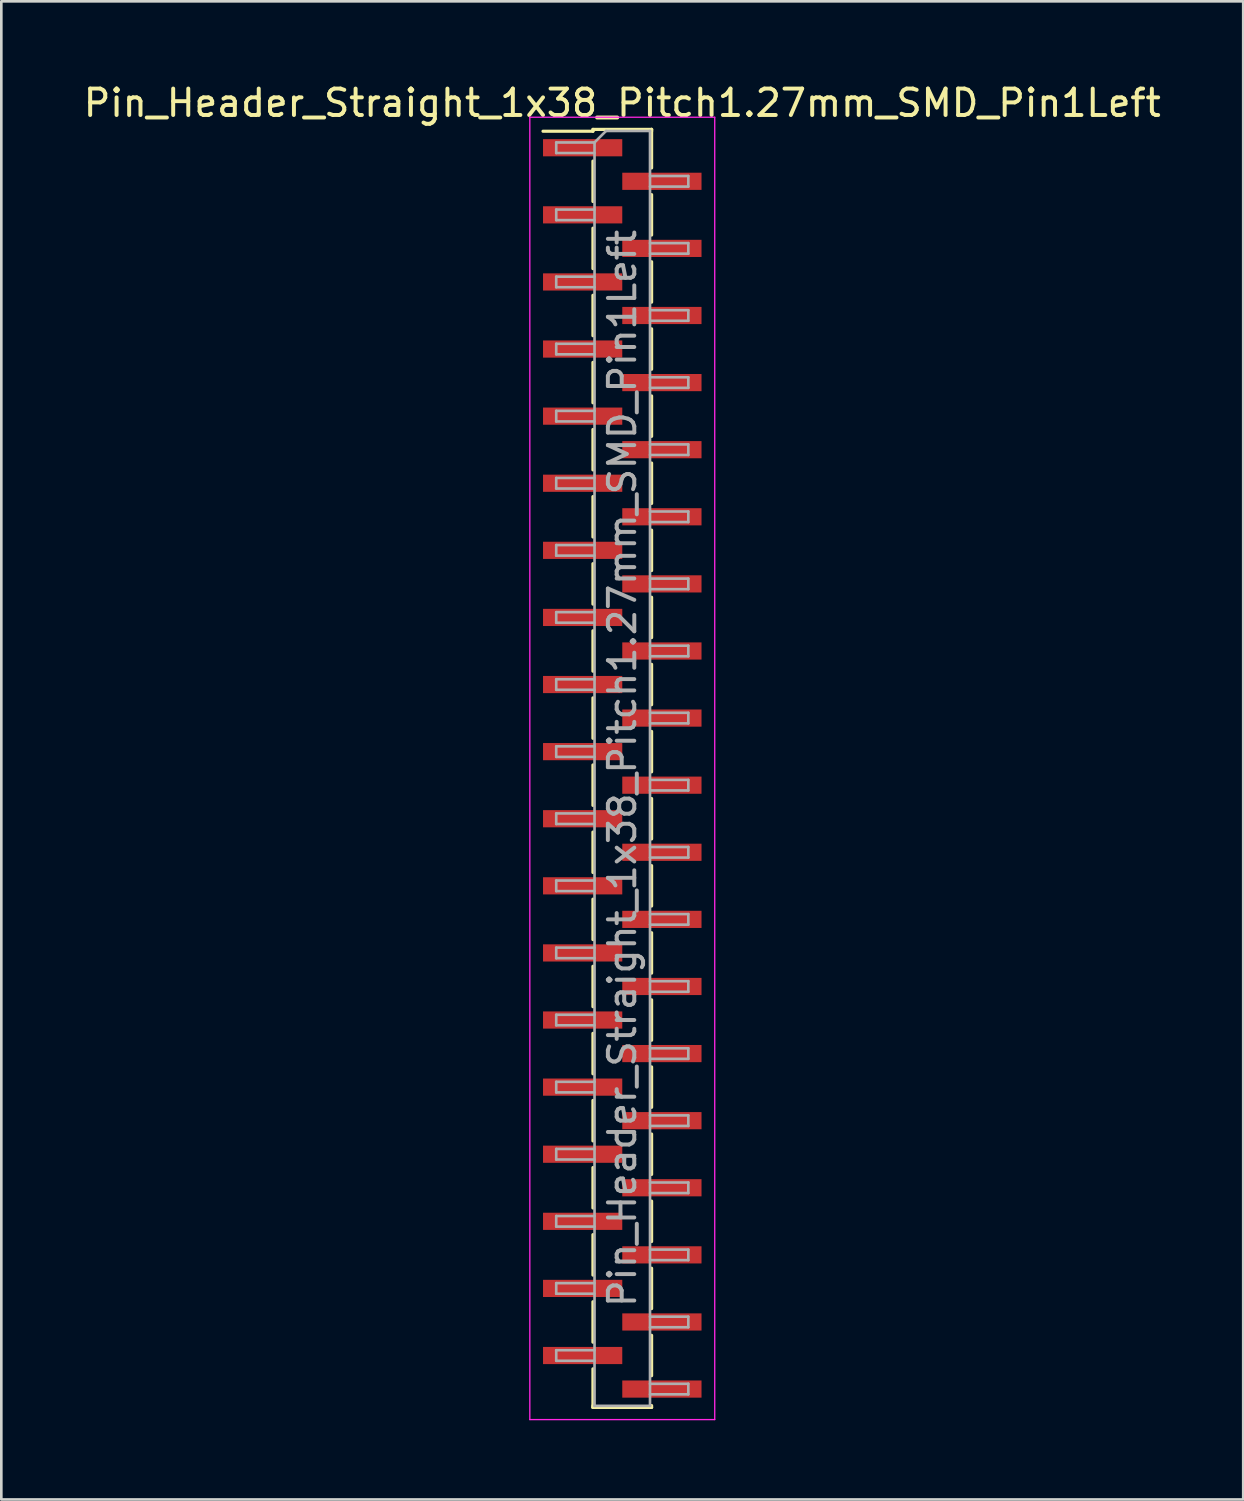
<source format=kicad_pcb>
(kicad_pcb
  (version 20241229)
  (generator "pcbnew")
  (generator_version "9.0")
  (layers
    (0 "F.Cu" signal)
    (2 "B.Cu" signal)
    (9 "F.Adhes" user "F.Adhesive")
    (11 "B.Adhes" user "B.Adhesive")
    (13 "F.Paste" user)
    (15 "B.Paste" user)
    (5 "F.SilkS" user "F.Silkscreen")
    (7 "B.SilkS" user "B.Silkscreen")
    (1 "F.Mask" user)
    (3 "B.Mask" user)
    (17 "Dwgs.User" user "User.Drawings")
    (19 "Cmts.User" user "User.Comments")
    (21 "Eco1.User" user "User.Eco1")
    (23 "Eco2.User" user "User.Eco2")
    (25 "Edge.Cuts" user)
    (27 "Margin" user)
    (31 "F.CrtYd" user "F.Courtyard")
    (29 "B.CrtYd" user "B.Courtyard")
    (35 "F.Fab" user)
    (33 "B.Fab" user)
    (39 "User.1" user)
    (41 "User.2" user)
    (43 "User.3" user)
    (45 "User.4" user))
  (footprint "Pin_Header_Straight_1x38_Pitch1.27mm_SMD_Pin1Left"
    (layer "F.Cu")
    (at 20.506 26.038)
    (property "Reference" "Pin_Header_Straight_1x38_Pitch1.27mm_SMD_Pin1Left" (at 0 -25.19 0) (layer "F.SilkS") (effects (font (size 1 1) (thickness 0.15))))
    (attr smd)
    (fp_line (start -1.11 -24.19) (end 1.11 -24.19) (stroke (width 0.12) (type solid)) (layer "F.SilkS"))
    (fp_line (start -1.11 -24.12) (end -3 -24.12) (stroke (width 0.12) (type solid)) (layer "F.SilkS"))
    (fp_line (start -1.11 -24.12) (end -1.11 -24.19) (stroke (width 0.12) (type solid)) (layer "F.SilkS"))
    (fp_line (start -1.11 -22.99) (end -1.11 -21.46) (stroke (width 0.12) (type solid)) (layer "F.SilkS"))
    (fp_line (start -1.11 -20.45) (end -1.11 -18.92) (stroke (width 0.12) (type solid)) (layer "F.SilkS"))
    (fp_line (start -1.11 -17.91) (end -1.11 -16.38) (stroke (width 0.12) (type solid)) (layer "F.SilkS"))
    (fp_line (start -1.11 -15.37) (end -1.11 -13.84) (stroke (width 0.12) (type solid)) (layer "F.SilkS"))
    (fp_line (start -1.11 -12.83) (end -1.11 -11.3) (stroke (width 0.12) (type solid)) (layer "F.SilkS"))
    (fp_line (start -1.11 -10.29) (end -1.11 -8.76) (stroke (width 0.12) (type solid)) (layer "F.SilkS"))
    (fp_line (start -1.11 -7.75) (end -1.11 -6.22) (stroke (width 0.12) (type solid)) (layer "F.SilkS"))
    (fp_line (start -1.11 -5.21) (end -1.11 -3.68) (stroke (width 0.12) (type solid)) (layer "F.SilkS"))
    (fp_line (start -1.11 -2.67) (end -1.11 -1.14) (stroke (width 0.12) (type solid)) (layer "F.SilkS"))
    (fp_line (start -1.11 -0.13) (end -1.11 1.4) (stroke (width 0.12) (type solid)) (layer "F.SilkS"))
    (fp_line (start -1.11 2.41) (end -1.11 3.94) (stroke (width 0.12) (type solid)) (layer "F.SilkS"))
    (fp_line (start -1.11 4.95) (end -1.11 6.48) (stroke (width 0.12) (type solid)) (layer "F.SilkS"))
    (fp_line (start -1.11 7.49) (end -1.11 9.02) (stroke (width 0.12) (type solid)) (layer "F.SilkS"))
    (fp_line (start -1.11 10.03) (end -1.11 11.56) (stroke (width 0.12) (type solid)) (layer "F.SilkS"))
    (fp_line (start -1.11 12.57) (end -1.11 14.1) (stroke (width 0.12) (type solid)) (layer "F.SilkS"))
    (fp_line (start -1.11 15.11) (end -1.11 16.64) (stroke (width 0.12) (type solid)) (layer "F.SilkS"))
    (fp_line (start -1.11 17.65) (end -1.11 19.18) (stroke (width 0.12) (type solid)) (layer "F.SilkS"))
    (fp_line (start -1.11 20.19) (end -1.11 21.72) (stroke (width 0.12) (type solid)) (layer "F.SilkS"))
    (fp_line (start -1.11 22.73) (end -1.11 24.19) (stroke (width 0.12) (type solid)) (layer "F.SilkS"))
    (fp_line (start -1.11 24.12) (end -1.11 24.19) (stroke (width 0.12) (type solid)) (layer "F.SilkS"))
    (fp_line (start -1.11 24.19) (end 1.11 24.19) (stroke (width 0.12) (type solid)) (layer "F.SilkS"))
    (fp_line (start 1.11 -24.19) (end 1.11 -24.12) (stroke (width 0.12) (type solid)) (layer "F.SilkS"))
    (fp_line (start 1.11 -24.19) (end 1.11 -22.73) (stroke (width 0.12) (type solid)) (layer "F.SilkS"))
    (fp_line (start 1.11 -21.72) (end 1.11 -20.19) (stroke (width 0.12) (type solid)) (layer "F.SilkS"))
    (fp_line (start 1.11 -19.18) (end 1.11 -17.65) (stroke (width 0.12) (type solid)) (layer "F.SilkS"))
    (fp_line (start 1.11 -16.64) (end 1.11 -15.11) (stroke (width 0.12) (type solid)) (layer "F.SilkS"))
    (fp_line (start 1.11 -14.1) (end 1.11 -12.57) (stroke (width 0.12) (type solid)) (layer "F.SilkS"))
    (fp_line (start 1.11 -11.56) (end 1.11 -10.03) (stroke (width 0.12) (type solid)) (layer "F.SilkS"))
    (fp_line (start 1.11 -9.02) (end 1.11 -7.49) (stroke (width 0.12) (type solid)) (layer "F.SilkS"))
    (fp_line (start 1.11 -6.48) (end 1.11 -4.95) (stroke (width 0.12) (type solid)) (layer "F.SilkS"))
    (fp_line (start 1.11 -3.94) (end 1.11 -2.41) (stroke (width 0.12) (type solid)) (layer "F.SilkS"))
    (fp_line (start 1.11 -1.4) (end 1.11 0.13) (stroke (width 0.12) (type solid)) (layer "F.SilkS"))
    (fp_line (start 1.11 1.14) (end 1.11 2.67) (stroke (width 0.12) (type solid)) (layer "F.SilkS"))
    (fp_line (start 1.11 3.68) (end 1.11 5.21) (stroke (width 0.12) (type solid)) (layer "F.SilkS"))
    (fp_line (start 1.11 6.22) (end 1.11 7.75) (stroke (width 0.12) (type solid)) (layer "F.SilkS"))
    (fp_line (start 1.11 8.76) (end 1.11 10.29) (stroke (width 0.12) (type solid)) (layer "F.SilkS"))
    (fp_line (start 1.11 11.3) (end 1.11 12.83) (stroke (width 0.12) (type solid)) (layer "F.SilkS"))
    (fp_line (start 1.11 13.84) (end 1.11 15.37) (stroke (width 0.12) (type solid)) (layer "F.SilkS"))
    (fp_line (start 1.11 16.38) (end 1.11 17.91) (stroke (width 0.12) (type solid)) (layer "F.SilkS"))
    (fp_line (start 1.11 18.92) (end 1.11 20.45) (stroke (width 0.12) (type solid)) (layer "F.SilkS"))
    (fp_line (start 1.11 21.46) (end 1.11 22.99) (stroke (width 0.12) (type solid)) (layer "F.SilkS"))
    (fp_line (start 1.11 24.19) (end 1.11 24.12) (stroke (width 0.12) (type solid)) (layer "F.SilkS"))
    (fp_line (start -3.5 -24.65) (end -3.5 24.65) (stroke (width 0.05) (type solid)) (layer "F.CrtYd"))
    (fp_line (start -3.5 24.65) (end 3.5 24.65) (stroke (width 0.05) (type solid)) (layer "F.CrtYd"))
    (fp_line (start 3.5 -24.65) (end -3.5 -24.65) (stroke (width 0.05) (type solid)) (layer "F.CrtYd"))
    (fp_line (start 3.5 24.65) (end 3.5 -24.65) (stroke (width 0.05) (type solid)) (layer "F.CrtYd"))
    (fp_line (start -2.5 -23.695) (end -2.5 -23.295) (stroke (width 0.1) (type solid)) (layer "F.Fab"))
    (fp_line (start -2.5 -23.295) (end -1.05 -23.295) (stroke (width 0.1) (type solid)) (layer "F.Fab"))
    (fp_line (start -2.5 -21.155) (end -2.5 -20.755) (stroke (width 0.1) (type solid)) (layer "F.Fab"))
    (fp_line (start -2.5 -20.755) (end -1.05 -20.755) (stroke (width 0.1) (type solid)) (layer "F.Fab"))
    (fp_line (start -2.5 -18.615) (end -2.5 -18.215) (stroke (width 0.1) (type solid)) (layer "F.Fab"))
    (fp_line (start -2.5 -18.215) (end -1.05 -18.215) (stroke (width 0.1) (type solid)) (layer "F.Fab"))
    (fp_line (start -2.5 -16.075) (end -2.5 -15.675) (stroke (width 0.1) (type solid)) (layer "F.Fab"))
    (fp_line (start -2.5 -15.675) (end -1.05 -15.675) (stroke (width 0.1) (type solid)) (layer "F.Fab"))
    (fp_line (start -2.5 -13.535) (end -2.5 -13.135) (stroke (width 0.1) (type solid)) (layer "F.Fab"))
    (fp_line (start -2.5 -13.135) (end -1.05 -13.135) (stroke (width 0.1) (type solid)) (layer "F.Fab"))
    (fp_line (start -2.5 -10.995) (end -2.5 -10.595) (stroke (width 0.1) (type solid)) (layer "F.Fab"))
    (fp_line (start -2.5 -10.595) (end -1.05 -10.595) (stroke (width 0.1) (type solid)) (layer "F.Fab"))
    (fp_line (start -2.5 -8.455) (end -2.5 -8.055) (stroke (width 0.1) (type solid)) (layer "F.Fab"))
    (fp_line (start -2.5 -8.055) (end -1.05 -8.055) (stroke (width 0.1) (type solid)) (layer "F.Fab"))
    (fp_line (start -2.5 -5.915) (end -2.5 -5.515) (stroke (width 0.1) (type solid)) (layer "F.Fab"))
    (fp_line (start -2.5 -5.515) (end -1.05 -5.515) (stroke (width 0.1) (type solid)) (layer "F.Fab"))
    (fp_line (start -2.5 -3.375) (end -2.5 -2.975) (stroke (width 0.1) (type solid)) (layer "F.Fab"))
    (fp_line (start -2.5 -2.975) (end -1.05 -2.975) (stroke (width 0.1) (type solid)) (layer "F.Fab"))
    (fp_line (start -2.5 -0.835) (end -2.5 -0.435) (stroke (width 0.1) (type solid)) (layer "F.Fab"))
    (fp_line (start -2.5 -0.435) (end -1.05 -0.435) (stroke (width 0.1) (type solid)) (layer "F.Fab"))
    (fp_line (start -2.5 1.705) (end -2.5 2.105) (stroke (width 0.1) (type solid)) (layer "F.Fab"))
    (fp_line (start -2.5 2.105) (end -1.05 2.105) (stroke (width 0.1) (type solid)) (layer "F.Fab"))
    (fp_line (start -2.5 4.245) (end -2.5 4.645) (stroke (width 0.1) (type solid)) (layer "F.Fab"))
    (fp_line (start -2.5 4.645) (end -1.05 4.645) (stroke (width 0.1) (type solid)) (layer "F.Fab"))
    (fp_line (start -2.5 6.785) (end -2.5 7.185) (stroke (width 0.1) (type solid)) (layer "F.Fab"))
    (fp_line (start -2.5 7.185) (end -1.05 7.185) (stroke (width 0.1) (type solid)) (layer "F.Fab"))
    (fp_line (start -2.5 9.325) (end -2.5 9.725) (stroke (width 0.1) (type solid)) (layer "F.Fab"))
    (fp_line (start -2.5 9.725) (end -1.05 9.725) (stroke (width 0.1) (type solid)) (layer "F.Fab"))
    (fp_line (start -2.5 11.865) (end -2.5 12.265) (stroke (width 0.1) (type solid)) (layer "F.Fab"))
    (fp_line (start -2.5 12.265) (end -1.05 12.265) (stroke (width 0.1) (type solid)) (layer "F.Fab"))
    (fp_line (start -2.5 14.405) (end -2.5 14.805) (stroke (width 0.1) (type solid)) (layer "F.Fab"))
    (fp_line (start -2.5 14.805) (end -1.05 14.805) (stroke (width 0.1) (type solid)) (layer "F.Fab"))
    (fp_line (start -2.5 16.945) (end -2.5 17.345) (stroke (width 0.1) (type solid)) (layer "F.Fab"))
    (fp_line (start -2.5 17.345) (end -1.05 17.345) (stroke (width 0.1) (type solid)) (layer "F.Fab"))
    (fp_line (start -2.5 19.485) (end -2.5 19.885) (stroke (width 0.1) (type solid)) (layer "F.Fab"))
    (fp_line (start -2.5 19.885) (end -1.05 19.885) (stroke (width 0.1) (type solid)) (layer "F.Fab"))
    (fp_line (start -2.5 22.025) (end -2.5 22.425) (stroke (width 0.1) (type solid)) (layer "F.Fab"))
    (fp_line (start -2.5 22.425) (end -1.05 22.425) (stroke (width 0.1) (type solid)) (layer "F.Fab"))
    (fp_line (start -1.05 -23.695) (end -2.5 -23.695) (stroke (width 0.1) (type solid)) (layer "F.Fab"))
    (fp_line (start -1.05 -23.695) (end -0.615 -24.13) (stroke (width 0.1) (type solid)) (layer "F.Fab"))
    (fp_line (start -1.05 -21.155) (end -2.5 -21.155) (stroke (width 0.1) (type solid)) (layer "F.Fab"))
    (fp_line (start -1.05 -18.615) (end -2.5 -18.615) (stroke (width 0.1) (type solid)) (layer "F.Fab"))
    (fp_line (start -1.05 -16.075) (end -2.5 -16.075) (stroke (width 0.1) (type solid)) (layer "F.Fab"))
    (fp_line (start -1.05 -13.535) (end -2.5 -13.535) (stroke (width 0.1) (type solid)) (layer "F.Fab"))
    (fp_line (start -1.05 -10.995) (end -2.5 -10.995) (stroke (width 0.1) (type solid)) (layer "F.Fab"))
    (fp_line (start -1.05 -8.455) (end -2.5 -8.455) (stroke (width 0.1) (type solid)) (layer "F.Fab"))
    (fp_line (start -1.05 -5.915) (end -2.5 -5.915) (stroke (width 0.1) (type solid)) (layer "F.Fab"))
    (fp_line (start -1.05 -3.375) (end -2.5 -3.375) (stroke (width 0.1) (type solid)) (layer "F.Fab"))
    (fp_line (start -1.05 -0.835) (end -2.5 -0.835) (stroke (width 0.1) (type solid)) (layer "F.Fab"))
    (fp_line (start -1.05 1.705) (end -2.5 1.705) (stroke (width 0.1) (type solid)) (layer "F.Fab"))
    (fp_line (start -1.05 4.245) (end -2.5 4.245) (stroke (width 0.1) (type solid)) (layer "F.Fab"))
    (fp_line (start -1.05 6.785) (end -2.5 6.785) (stroke (width 0.1) (type solid)) (layer "F.Fab"))
    (fp_line (start -1.05 9.325) (end -2.5 9.325) (stroke (width 0.1) (type solid)) (layer "F.Fab"))
    (fp_line (start -1.05 11.865) (end -2.5 11.865) (stroke (width 0.1) (type solid)) (layer "F.Fab"))
    (fp_line (start -1.05 14.405) (end -2.5 14.405) (stroke (width 0.1) (type solid)) (layer "F.Fab"))
    (fp_line (start -1.05 16.945) (end -2.5 16.945) (stroke (width 0.1) (type solid)) (layer "F.Fab"))
    (fp_line (start -1.05 19.485) (end -2.5 19.485) (stroke (width 0.1) (type solid)) (layer "F.Fab"))
    (fp_line (start -1.05 22.025) (end -2.5 22.025) (stroke (width 0.1) (type solid)) (layer "F.Fab"))
    (fp_line (start -1.05 24.13) (end -1.05 -23.695) (stroke (width 0.1) (type solid)) (layer "F.Fab"))
    (fp_line (start -0.615 -24.13) (end 1.05 -24.13) (stroke (width 0.1) (type solid)) (layer "F.Fab"))
    (fp_line (start 1.05 -24.13) (end 1.05 24.13) (stroke (width 0.1) (type solid)) (layer "F.Fab"))
    (fp_line (start 1.05 -22.425) (end 2.5 -22.425) (stroke (width 0.1) (type solid)) (layer "F.Fab"))
    (fp_line (start 1.05 -19.885) (end 2.5 -19.885) (stroke (width 0.1) (type solid)) (layer "F.Fab"))
    (fp_line (start 1.05 -17.345) (end 2.5 -17.345) (stroke (width 0.1) (type solid)) (layer "F.Fab"))
    (fp_line (start 1.05 -14.805) (end 2.5 -14.805) (stroke (width 0.1) (type solid)) (layer "F.Fab"))
    (fp_line (start 1.05 -12.265) (end 2.5 -12.265) (stroke (width 0.1) (type solid)) (layer "F.Fab"))
    (fp_line (start 1.05 -9.725) (end 2.5 -9.725) (stroke (width 0.1) (type solid)) (layer "F.Fab"))
    (fp_line (start 1.05 -7.185) (end 2.5 -7.185) (stroke (width 0.1) (type solid)) (layer "F.Fab"))
    (fp_line (start 1.05 -4.645) (end 2.5 -4.645) (stroke (width 0.1) (type solid)) (layer "F.Fab"))
    (fp_line (start 1.05 -2.105) (end 2.5 -2.105) (stroke (width 0.1) (type solid)) (layer "F.Fab"))
    (fp_line (start 1.05 0.435) (end 2.5 0.435) (stroke (width 0.1) (type solid)) (layer "F.Fab"))
    (fp_line (start 1.05 2.975) (end 2.5 2.975) (stroke (width 0.1) (type solid)) (layer "F.Fab"))
    (fp_line (start 1.05 5.515) (end 2.5 5.515) (stroke (width 0.1) (type solid)) (layer "F.Fab"))
    (fp_line (start 1.05 8.055) (end 2.5 8.055) (stroke (width 0.1) (type solid)) (layer "F.Fab"))
    (fp_line (start 1.05 10.595) (end 2.5 10.595) (stroke (width 0.1) (type solid)) (layer "F.Fab"))
    (fp_line (start 1.05 13.135) (end 2.5 13.135) (stroke (width 0.1) (type solid)) (layer "F.Fab"))
    (fp_line (start 1.05 15.675) (end 2.5 15.675) (stroke (width 0.1) (type solid)) (layer "F.Fab"))
    (fp_line (start 1.05 18.215) (end 2.5 18.215) (stroke (width 0.1) (type solid)) (layer "F.Fab"))
    (fp_line (start 1.05 20.755) (end 2.5 20.755) (stroke (width 0.1) (type solid)) (layer "F.Fab"))
    (fp_line (start 1.05 23.295) (end 2.5 23.295) (stroke (width 0.1) (type solid)) (layer "F.Fab"))
    (fp_line (start 1.05 24.13) (end -1.05 24.13) (stroke (width 0.1) (type solid)) (layer "F.Fab"))
    (fp_line (start 2.5 -22.425) (end 2.5 -22.025) (stroke (width 0.1) (type solid)) (layer "F.Fab"))
    (fp_line (start 2.5 -22.025) (end 1.05 -22.025) (stroke (width 0.1) (type solid)) (layer "F.Fab"))
    (fp_line (start 2.5 -19.885) (end 2.5 -19.485) (stroke (width 0.1) (type solid)) (layer "F.Fab"))
    (fp_line (start 2.5 -19.485) (end 1.05 -19.485) (stroke (width 0.1) (type solid)) (layer "F.Fab"))
    (fp_line (start 2.5 -17.345) (end 2.5 -16.945) (stroke (width 0.1) (type solid)) (layer "F.Fab"))
    (fp_line (start 2.5 -16.945) (end 1.05 -16.945) (stroke (width 0.1) (type solid)) (layer "F.Fab"))
    (fp_line (start 2.5 -14.805) (end 2.5 -14.405) (stroke (width 0.1) (type solid)) (layer "F.Fab"))
    (fp_line (start 2.5 -14.405) (end 1.05 -14.405) (stroke (width 0.1) (type solid)) (layer "F.Fab"))
    (fp_line (start 2.5 -12.265) (end 2.5 -11.865) (stroke (width 0.1) (type solid)) (layer "F.Fab"))
    (fp_line (start 2.5 -11.865) (end 1.05 -11.865) (stroke (width 0.1) (type solid)) (layer "F.Fab"))
    (fp_line (start 2.5 -9.725) (end 2.5 -9.325) (stroke (width 0.1) (type solid)) (layer "F.Fab"))
    (fp_line (start 2.5 -9.325) (end 1.05 -9.325) (stroke (width 0.1) (type solid)) (layer "F.Fab"))
    (fp_line (start 2.5 -7.185) (end 2.5 -6.785) (stroke (width 0.1) (type solid)) (layer "F.Fab"))
    (fp_line (start 2.5 -6.785) (end 1.05 -6.785) (stroke (width 0.1) (type solid)) (layer "F.Fab"))
    (fp_line (start 2.5 -4.645) (end 2.5 -4.245) (stroke (width 0.1) (type solid)) (layer "F.Fab"))
    (fp_line (start 2.5 -4.245) (end 1.05 -4.245) (stroke (width 0.1) (type solid)) (layer "F.Fab"))
    (fp_line (start 2.5 -2.105) (end 2.5 -1.705) (stroke (width 0.1) (type solid)) (layer "F.Fab"))
    (fp_line (start 2.5 -1.705) (end 1.05 -1.705) (stroke (width 0.1) (type solid)) (layer "F.Fab"))
    (fp_line (start 2.5 0.435) (end 2.5 0.835) (stroke (width 0.1) (type solid)) (layer "F.Fab"))
    (fp_line (start 2.5 0.835) (end 1.05 0.835) (stroke (width 0.1) (type solid)) (layer "F.Fab"))
    (fp_line (start 2.5 2.975) (end 2.5 3.375) (stroke (width 0.1) (type solid)) (layer "F.Fab"))
    (fp_line (start 2.5 3.375) (end 1.05 3.375) (stroke (width 0.1) (type solid)) (layer "F.Fab"))
    (fp_line (start 2.5 5.515) (end 2.5 5.915) (stroke (width 0.1) (type solid)) (layer "F.Fab"))
    (fp_line (start 2.5 5.915) (end 1.05 5.915) (stroke (width 0.1) (type solid)) (layer "F.Fab"))
    (fp_line (start 2.5 8.055) (end 2.5 8.455) (stroke (width 0.1) (type solid)) (layer "F.Fab"))
    (fp_line (start 2.5 8.455) (end 1.05 8.455) (stroke (width 0.1) (type solid)) (layer "F.Fab"))
    (fp_line (start 2.5 10.595) (end 2.5 10.995) (stroke (width 0.1) (type solid)) (layer "F.Fab"))
    (fp_line (start 2.5 10.995) (end 1.05 10.995) (stroke (width 0.1) (type solid)) (layer "F.Fab"))
    (fp_line (start 2.5 13.135) (end 2.5 13.535) (stroke (width 0.1) (type solid)) (layer "F.Fab"))
    (fp_line (start 2.5 13.535) (end 1.05 13.535) (stroke (width 0.1) (type solid)) (layer "F.Fab"))
    (fp_line (start 2.5 15.675) (end 2.5 16.075) (stroke (width 0.1) (type solid)) (layer "F.Fab"))
    (fp_line (start 2.5 16.075) (end 1.05 16.075) (stroke (width 0.1) (type solid)) (layer "F.Fab"))
    (fp_line (start 2.5 18.215) (end 2.5 18.615) (stroke (width 0.1) (type solid)) (layer "F.Fab"))
    (fp_line (start 2.5 18.615) (end 1.05 18.615) (stroke (width 0.1) (type solid)) (layer "F.Fab"))
    (fp_line (start 2.5 20.755) (end 2.5 21.155) (stroke (width 0.1) (type solid)) (layer "F.Fab"))
    (fp_line (start 2.5 21.155) (end 1.05 21.155) (stroke (width 0.1) (type solid)) (layer "F.Fab"))
    (fp_line (start 2.5 23.295) (end 2.5 23.695) (stroke (width 0.1) (type solid)) (layer "F.Fab"))
    (fp_line (start 2.5 23.695) (end 1.05 23.695) (stroke (width 0.1) (type solid)) (layer "F.Fab"))
    (fp_text user "${REFERENCE}" (at 0 0 90) (layer "F.Fab") (effects (font (size 1 1) (thickness 0.15))))
    (pad "1" smd rect (at -1.5 -23.495) (size 3 0.65) (layers "F.Cu" "F.Mask" "F.Paste"))
    (pad "2" smd rect (at 1.5 -22.225) (size 3 0.65) (layers "F.Cu" "F.Mask" "F.Paste"))
    (pad "3" smd rect (at -1.5 -20.955) (size 3 0.65) (layers "F.Cu" "F.Mask" "F.Paste"))
    (pad "4" smd rect (at 1.5 -19.685) (size 3 0.65) (layers "F.Cu" "F.Mask" "F.Paste"))
    (pad "5" smd rect (at -1.5 -18.415) (size 3 0.65) (layers "F.Cu" "F.Mask" "F.Paste"))
    (pad "6" smd rect (at 1.5 -17.145) (size 3 0.65) (layers "F.Cu" "F.Mask" "F.Paste"))
    (pad "7" smd rect (at -1.5 -15.875) (size 3 0.65) (layers "F.Cu" "F.Mask" "F.Paste"))
    (pad "8" smd rect (at 1.5 -14.605) (size 3 0.65) (layers "F.Cu" "F.Mask" "F.Paste"))
    (pad "9" smd rect (at -1.5 -13.335) (size 3 0.65) (layers "F.Cu" "F.Mask" "F.Paste"))
    (pad "10" smd rect (at 1.5 -12.065) (size 3 0.65) (layers "F.Cu" "F.Mask" "F.Paste"))
    (pad "11" smd rect (at -1.5 -10.795) (size 3 0.65) (layers "F.Cu" "F.Mask" "F.Paste"))
    (pad "12" smd rect (at 1.5 -9.525) (size 3 0.65) (layers "F.Cu" "F.Mask" "F.Paste"))
    (pad "13" smd rect (at -1.5 -8.255) (size 3 0.65) (layers "F.Cu" "F.Mask" "F.Paste"))
    (pad "14" smd rect (at 1.5 -6.985) (size 3 0.65) (layers "F.Cu" "F.Mask" "F.Paste"))
    (pad "15" smd rect (at -1.5 -5.715) (size 3 0.65) (layers "F.Cu" "F.Mask" "F.Paste"))
    (pad "16" smd rect (at 1.5 -4.445) (size 3 0.65) (layers "F.Cu" "F.Mask" "F.Paste"))
    (pad "17" smd rect (at -1.5 -3.175) (size 3 0.65) (layers "F.Cu" "F.Mask" "F.Paste"))
    (pad "18" smd rect (at 1.5 -1.905) (size 3 0.65) (layers "F.Cu" "F.Mask" "F.Paste"))
    (pad "19" smd rect (at -1.5 -0.635) (size 3 0.65) (layers "F.Cu" "F.Mask" "F.Paste"))
    (pad "20" smd rect (at 1.5 0.635) (size 3 0.65) (layers "F.Cu" "F.Mask" "F.Paste"))
    (pad "21" smd rect (at -1.5 1.905) (size 3 0.65) (layers "F.Cu" "F.Mask" "F.Paste"))
    (pad "22" smd rect (at 1.5 3.175) (size 3 0.65) (layers "F.Cu" "F.Mask" "F.Paste"))
    (pad "23" smd rect (at -1.5 4.445) (size 3 0.65) (layers "F.Cu" "F.Mask" "F.Paste"))
    (pad "24" smd rect (at 1.5 5.715) (size 3 0.65) (layers "F.Cu" "F.Mask" "F.Paste"))
    (pad "25" smd rect (at -1.5 6.985) (size 3 0.65) (layers "F.Cu" "F.Mask" "F.Paste"))
    (pad "26" smd rect (at 1.5 8.255) (size 3 0.65) (layers "F.Cu" "F.Mask" "F.Paste"))
    (pad "27" smd rect (at -1.5 9.525) (size 3 0.65) (layers "F.Cu" "F.Mask" "F.Paste"))
    (pad "28" smd rect (at 1.5 10.795) (size 3 0.65) (layers "F.Cu" "F.Mask" "F.Paste"))
    (pad "29" smd rect (at -1.5 12.065) (size 3 0.65) (layers "F.Cu" "F.Mask" "F.Paste"))
    (pad "30" smd rect (at 1.5 13.335) (size 3 0.65) (layers "F.Cu" "F.Mask" "F.Paste"))
    (pad "31" smd rect (at -1.5 14.605) (size 3 0.65) (layers "F.Cu" "F.Mask" "F.Paste"))
    (pad "32" smd rect (at 1.5 15.875) (size 3 0.65) (layers "F.Cu" "F.Mask" "F.Paste"))
    (pad "33" smd rect (at -1.5 17.145) (size 3 0.65) (layers "F.Cu" "F.Mask" "F.Paste"))
    (pad "34" smd rect (at 1.5 18.415) (size 3 0.65) (layers "F.Cu" "F.Mask" "F.Paste"))
    (pad "35" smd rect (at -1.5 19.685) (size 3 0.65) (layers "F.Cu" "F.Mask" "F.Paste"))
    (pad "36" smd rect (at 1.5 20.955) (size 3 0.65) (layers "F.Cu" "F.Mask" "F.Paste"))
    (pad "37" smd rect (at -1.5 22.225) (size 3 0.65) (layers "F.Cu" "F.Mask" "F.Paste"))
    (pad "38" smd rect (at 1.5 23.495) (size 3 0.65) (layers "F.Cu" "F.Mask" "F.Paste")))
  (gr_rect
    (start -3 -3)
    (end 44.012 53.713)
    (stroke (width 0.1) (type default))
    (fill no)
    (layer "Edge.Cuts")))
</source>
